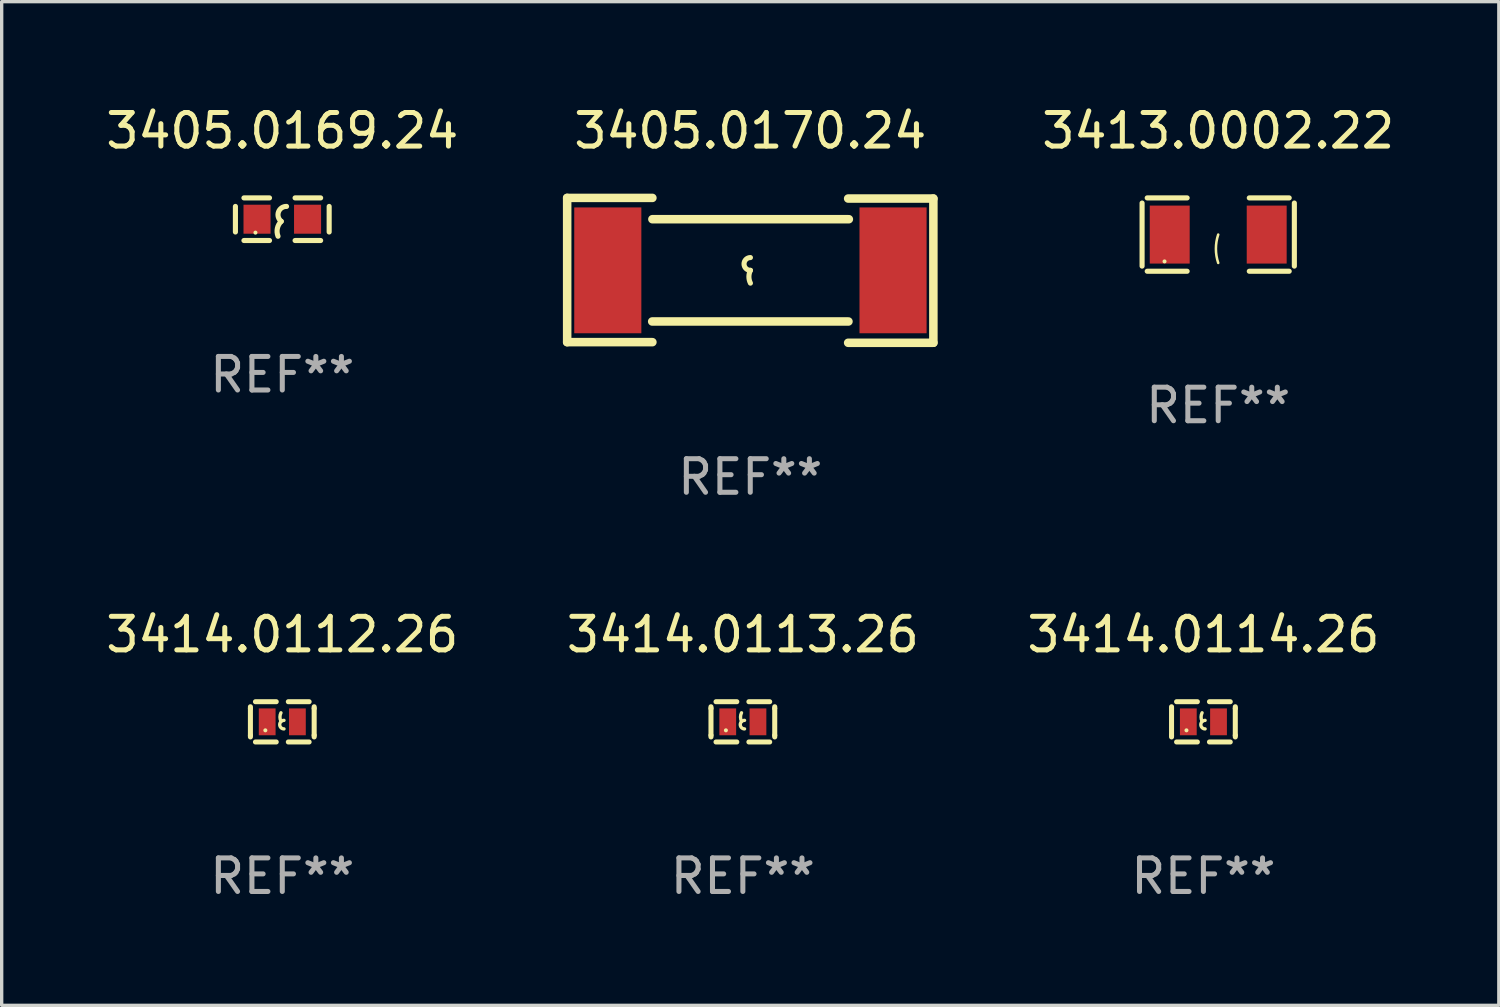
<source format=kicad_pcb>
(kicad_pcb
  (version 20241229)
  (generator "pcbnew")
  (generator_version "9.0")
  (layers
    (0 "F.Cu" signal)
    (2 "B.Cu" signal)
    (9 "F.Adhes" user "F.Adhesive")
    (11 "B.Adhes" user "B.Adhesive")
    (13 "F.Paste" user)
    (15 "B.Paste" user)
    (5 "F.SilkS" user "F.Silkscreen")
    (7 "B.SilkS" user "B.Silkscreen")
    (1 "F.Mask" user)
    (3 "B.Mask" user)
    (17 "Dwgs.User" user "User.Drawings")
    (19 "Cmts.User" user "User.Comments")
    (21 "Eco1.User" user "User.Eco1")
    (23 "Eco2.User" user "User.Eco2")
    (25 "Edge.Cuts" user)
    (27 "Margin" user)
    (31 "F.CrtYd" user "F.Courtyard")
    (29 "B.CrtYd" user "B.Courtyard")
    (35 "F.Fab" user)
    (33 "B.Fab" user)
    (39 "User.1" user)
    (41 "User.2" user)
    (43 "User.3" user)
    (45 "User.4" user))
  (footprint "3414.0113.26"
    (layer "F.Cu")
    (at 19.089 18.463)
    (property "Reference" "3414.0113.26" (at 0 -2.6 0) (layer "F.SilkS") (effects (font (size 1 1) (thickness 0.15))))
    (attr through_hole)
    (fp_line (start -0.95 -0.45) (end -0.95 -0.4) (stroke (width 0.15) (type solid)) (layer "F.SilkS"))
    (fp_line (start -0.95 -0.4) (end -0.95 0.4) (stroke (width 0.15) (type solid)) (layer "F.SilkS"))
    (fp_line (start -0.95 0.45) (end -0.95 0.4) (stroke (width 0.15) (type solid)) (layer "F.SilkS"))
    (fp_line (start -0.18 -0.6) (end -0.8 -0.6) (stroke (width 0.15) (type solid)) (layer "F.SilkS"))
    (fp_line (start -0.18 0.6) (end -0.8 0.6) (stroke (width 0.15) (type solid)) (layer "F.SilkS"))
    (fp_line (start 0.18 -0.6) (end 0.8 -0.6) (stroke (width 0.15) (type solid)) (layer "F.SilkS"))
    (fp_line (start 0.18 0.6) (end 0.8 0.6) (stroke (width 0.15) (type solid)) (layer "F.SilkS"))
    (fp_line (start 0.95 -0.45) (end 0.95 -0.4) (stroke (width 0.15) (type solid)) (layer "F.SilkS"))
    (fp_line (start 0.95 -0.4) (end 0.95 0.4) (stroke (width 0.15) (type solid)) (layer "F.SilkS"))
    (fp_line (start 0.95 0.45) (end 0.95 0.4) (stroke (width 0.15) (type solid)) (layer "F.SilkS"))
    (fp_arc (start -0.039942 -0.016052) (mid -0.069923 -0.143053) (end -0.039942 -0.270053) (stroke (width 0.1) (type solid)) (layer "F.SilkS"))
    (fp_arc (start 0.050076 0.209957) (mid -0.076924 0.082957) (end 0.050076 -0.044043) (stroke (width 0.1) (type solid)) (layer "F.SilkS"))
    (fp_circle (center -0.505 0.253) (end -0.475 0.253) (stroke (width 0.06) (type solid)) (fill no) (layer "F.SilkS"))
    (fp_text user "REF**" (at 0 4.6 0) (layer "F.Fab") (effects (font (size 1 1) (thickness 0.15))))
    (pad "1" smd rect (at -0.45 -0.000051) (size 0.5 0.8) (layers "F.Cu" "F.Mask" "F.Paste"))
    (pad "2" smd rect (at 0.45 -0.000051) (size 0.5 0.8) (layers "F.Cu" "F.Mask" "F.Paste")))
  (footprint "3414.0112.26"
    (layer "F.Cu")
    (at 5.363 18.463)
    (property "Reference" "3414.0112.26" (at 0 -2.6 0) (layer "F.SilkS") (effects (font (size 1 1) (thickness 0.15))))
    (attr through_hole)
    (fp_line (start -0.95 -0.45) (end -0.95 -0.4) (stroke (width 0.15) (type solid)) (layer "F.SilkS"))
    (fp_line (start -0.95 -0.4) (end -0.95 0.4) (stroke (width 0.15) (type solid)) (layer "F.SilkS"))
    (fp_line (start -0.95 0.45) (end -0.95 0.4) (stroke (width 0.15) (type solid)) (layer "F.SilkS"))
    (fp_line (start -0.18 -0.6) (end -0.8 -0.6) (stroke (width 0.15) (type solid)) (layer "F.SilkS"))
    (fp_line (start -0.18 0.6) (end -0.8 0.6) (stroke (width 0.15) (type solid)) (layer "F.SilkS"))
    (fp_line (start 0.18 -0.6) (end 0.8 -0.6) (stroke (width 0.15) (type solid)) (layer "F.SilkS"))
    (fp_line (start 0.18 0.6) (end 0.8 0.6) (stroke (width 0.15) (type solid)) (layer "F.SilkS"))
    (fp_line (start 0.95 -0.45) (end 0.95 -0.4) (stroke (width 0.15) (type solid)) (layer "F.SilkS"))
    (fp_line (start 0.95 -0.4) (end 0.95 0.4) (stroke (width 0.15) (type solid)) (layer "F.SilkS"))
    (fp_line (start 0.95 0.45) (end 0.95 0.4) (stroke (width 0.15) (type solid)) (layer "F.SilkS"))
    (fp_arc (start -0.039942 -0.016052) (mid -0.069923 -0.143053) (end -0.039942 -0.270053) (stroke (width 0.1) (type solid)) (layer "F.SilkS"))
    (fp_arc (start 0.050076 0.209957) (mid -0.076924 0.082957) (end 0.050076 -0.044043) (stroke (width 0.1) (type solid)) (layer "F.SilkS"))
    (fp_circle (center -0.505 0.253) (end -0.475 0.253) (stroke (width 0.06) (type solid)) (fill no) (layer "F.SilkS"))
    (fp_text user "REF**" (at 0 4.6 0) (layer "F.Fab") (effects (font (size 1 1) (thickness 0.15))))
    (pad "1" smd rect (at -0.45 -0.000051) (size 0.5 0.8) (layers "F.Cu" "F.Mask" "F.Paste"))
    (pad "2" smd rect (at 0.45 -0.000051) (size 0.5 0.8) (layers "F.Cu" "F.Mask" "F.Paste")))
  (footprint "3405.0170.24"
    (layer "F.Cu")
    (at 19.31 5.007)
    (property "Reference" "3405.0170.24" (at 0 -4.159 0) (layer "F.SilkS") (effects (font (size 1 1) (thickness 0.15))))
    (attr through_hole)
    (fp_line (start -5.457 -2.159) (end -5.457 2.14) (stroke (width 0.254) (type solid)) (layer "F.SilkS"))
    (fp_line (start -5.457 -2.159) (end -2.917 -2.159) (stroke (width 0.254) (type solid)) (layer "F.SilkS"))
    (fp_line (start -5.457 2.14) (end -2.917 2.14) (stroke (width 0.254) (type solid)) (layer "F.SilkS"))
    (fp_line (start -2.923 1.524) (end 2.926 1.524) (stroke (width 0.254) (type solid)) (layer "F.SilkS"))
    (fp_line (start -2.917 -1.524) (end 2.938 -1.524) (stroke (width 0.254) (type solid)) (layer "F.SilkS"))
    (fp_line (start 5.457 -2.14) (end 2.917 -2.14) (stroke (width 0.254) (type solid)) (layer "F.SilkS"))
    (fp_line (start 5.457 -2.14) (end 5.457 2.159) (stroke (width 0.254) (type solid)) (layer "F.SilkS"))
    (fp_line (start 5.457 2.159) (end 2.917 2.159) (stroke (width 0.254) (type solid)) (layer "F.SilkS"))
    (fp_arc (start 0.004496 0) (mid -0.186004 -0.1905) (end 0.004496 -0.381) (stroke (width 0.151994) (type solid)) (layer "F.SilkS"))
    (fp_arc (start 0.004496 0.381001) (mid -0.040475 0.1905) (end 0.004496 0) (stroke (width 0.151994) (type solid)) (layer "F.SilkS"))
    (fp_circle (center -5.446 1.5) (end -5.416 1.5) (stroke (width 0.06) (type solid)) (fill no) (layer "F.SilkS"))
    (fp_text user "REF**" (at 0 6.159 0) (layer "F.Fab") (effects (font (size 1 1) (thickness 0.15))))
    (pad "1" smd rect (at -4.246 0) (size 2 3.75) (layers "F.Cu" "F.Mask" "F.Paste"))
    (pad "2" smd rect (at 4.255 0) (size 2 3.75) (layers "F.Cu" "F.Mask" "F.Paste")))
  (footprint "3414.0114.26"
    (layer "F.Cu")
    (at 32.815 18.463)
    (property "Reference" "3414.0114.26" (at 0 -2.6 0) (layer "F.SilkS") (effects (font (size 1 1) (thickness 0.15))))
    (attr through_hole)
    (fp_line (start -0.95 -0.45) (end -0.95 -0.4) (stroke (width 0.15) (type solid)) (layer "F.SilkS"))
    (fp_line (start -0.95 -0.4) (end -0.95 0.4) (stroke (width 0.15) (type solid)) (layer "F.SilkS"))
    (fp_line (start -0.95 0.45) (end -0.95 0.4) (stroke (width 0.15) (type solid)) (layer "F.SilkS"))
    (fp_line (start -0.18 -0.6) (end -0.8 -0.6) (stroke (width 0.15) (type solid)) (layer "F.SilkS"))
    (fp_line (start -0.18 0.6) (end -0.8 0.6) (stroke (width 0.15) (type solid)) (layer "F.SilkS"))
    (fp_line (start 0.18 -0.6) (end 0.8 -0.6) (stroke (width 0.15) (type solid)) (layer "F.SilkS"))
    (fp_line (start 0.18 0.6) (end 0.8 0.6) (stroke (width 0.15) (type solid)) (layer "F.SilkS"))
    (fp_line (start 0.95 -0.45) (end 0.95 -0.4) (stroke (width 0.15) (type solid)) (layer "F.SilkS"))
    (fp_line (start 0.95 -0.4) (end 0.95 0.4) (stroke (width 0.15) (type solid)) (layer "F.SilkS"))
    (fp_line (start 0.95 0.45) (end 0.95 0.4) (stroke (width 0.15) (type solid)) (layer "F.SilkS"))
    (fp_arc (start -0.039942 -0.016052) (mid -0.069923 -0.143053) (end -0.039942 -0.270053) (stroke (width 0.1) (type solid)) (layer "F.SilkS"))
    (fp_arc (start 0.050076 0.209957) (mid -0.076924 0.082957) (end 0.050076 -0.044043) (stroke (width 0.1) (type solid)) (layer "F.SilkS"))
    (fp_circle (center -0.505 0.253) (end -0.475 0.253) (stroke (width 0.06) (type solid)) (fill no) (layer "F.SilkS"))
    (fp_text user "REF**" (at 0 4.6 0) (layer "F.Fab") (effects (font (size 1 1) (thickness 0.15))))
    (pad "1" smd rect (at -0.45 -0.000051) (size 0.5 0.8) (layers "F.Cu" "F.Mask" "F.Paste"))
    (pad "2" smd rect (at 0.45 -0.000051) (size 0.5 0.8) (layers "F.Cu" "F.Mask" "F.Paste")))
  (footprint "3413.0002.22"
    (layer "F.Cu")
    (at 33.256 3.941)
    (property "Reference" "3413.0002.22" (at 0 -3.093 0) (layer "F.SilkS") (effects (font (size 1 1) (thickness 0.15))))
    (attr through_hole)
    (fp_line (start -2.269 -0.94) (end -2.269 0.94) (stroke (width 0.152) (type solid)) (layer "F.SilkS"))
    (fp_line (start -2.116 1.093) (end -0.926 1.093) (stroke (width 0.152) (type solid)) (layer "F.SilkS"))
    (fp_line (start -0.926 -1.093) (end -2.116 -1.093) (stroke (width 0.152) (type solid)) (layer "F.SilkS"))
    (fp_line (start 0.926 -1.093) (end 2.116 -1.093) (stroke (width 0.152) (type solid)) (layer "F.SilkS"))
    (fp_line (start 2.116 1.093) (end 0.926 1.093) (stroke (width 0.152) (type solid)) (layer "F.SilkS"))
    (fp_line (start 2.269 -0.94) (end 2.269 0.94) (stroke (width 0.152) (type solid)) (layer "F.SilkS"))
    (fp_arc (start 0 0.844951) (mid -0.068559 0.422475) (end 0 0) (stroke (width 0.0762) (type solid)) (layer "F.SilkS"))
    (fp_circle (center -1.6 0.8) (end -1.57 0.8) (stroke (width 0.06) (type solid)) (fill no) (layer "F.SilkS"))
    (fp_text user "REF**" (at 0 5.093 0) (layer "F.Fab") (effects (font (size 1 1) (thickness 0.15))))
    (pad "1" smd rect (at -1.445 0) (size 1.19 1.728) (layers "F.Cu" "F.Mask" "F.Paste"))
    (pad "2" smd rect (at 1.445 0) (size 1.19 1.728) (layers "F.Cu" "F.Mask" "F.Paste")))
  (footprint "3405.0169.24"
    (layer "F.Cu")
    (at 5.363 3.483)
    (property "Reference" "3405.0169.24" (at 0 -2.635 0) (layer "F.SilkS") (effects (font (size 1 1) (thickness 0.15))))
    (attr through_hole)
    (fp_line (start -1.397 -0.381) (end -1.397 0.381) (stroke (width 0.152) (type solid)) (layer "F.SilkS"))
    (fp_line (start -0.381 -0.635) (end -1.143 -0.635) (stroke (width 0.152) (type solid)) (layer "F.SilkS"))
    (fp_line (start -0.381 0.635) (end -1.143 0.635) (stroke (width 0.152) (type solid)) (layer "F.SilkS"))
    (fp_line (start 0.381 -0.635) (end 1.143 -0.635) (stroke (width 0.152) (type solid)) (layer "F.SilkS"))
    (fp_line (start 0.381 0.635) (end 1.143 0.635) (stroke (width 0.152) (type solid)) (layer "F.SilkS"))
    (fp_line (start 1.397 -0.381) (end 1.397 0.381) (stroke (width 0.152) (type solid)) (layer "F.SilkS"))
    (fp_arc (start -0.127 0.508001) (mid -0.146523 0.271131) (end -0.030861 0.0635) (stroke (width 0.151994) (type solid)) (layer "F.SilkS"))
    (fp_arc (start -0.03175 0.0635) (mid -0.113571 -0.216321) (end 0.127001 -0.381002) (stroke (width 0.151994) (type solid)) (layer "F.SilkS"))
    (fp_circle (center -0.8 0.4) (end -0.77 0.4) (stroke (width 0.06) (type solid)) (fill no) (layer "F.SilkS"))
    (fp_text user "REF**" (at 0 4.635 0) (layer "F.Fab") (effects (font (size 1 1) (thickness 0.15))))
    (pad "1" smd rect (at -0.753 0) (size 0.806 0.864) (layers "F.Cu" "F.Mask" "F.Paste"))
    (pad "2" smd rect (at 0.753 0) (size 0.806 0.864) (layers "F.Cu" "F.Mask" "F.Paste")))
  (gr_rect
    (start -3 -3)
    (end 41.619 26.911)
    (stroke (width 0.1) (type default))
    (fill no)
    (layer "Edge.Cuts")))
</source>
